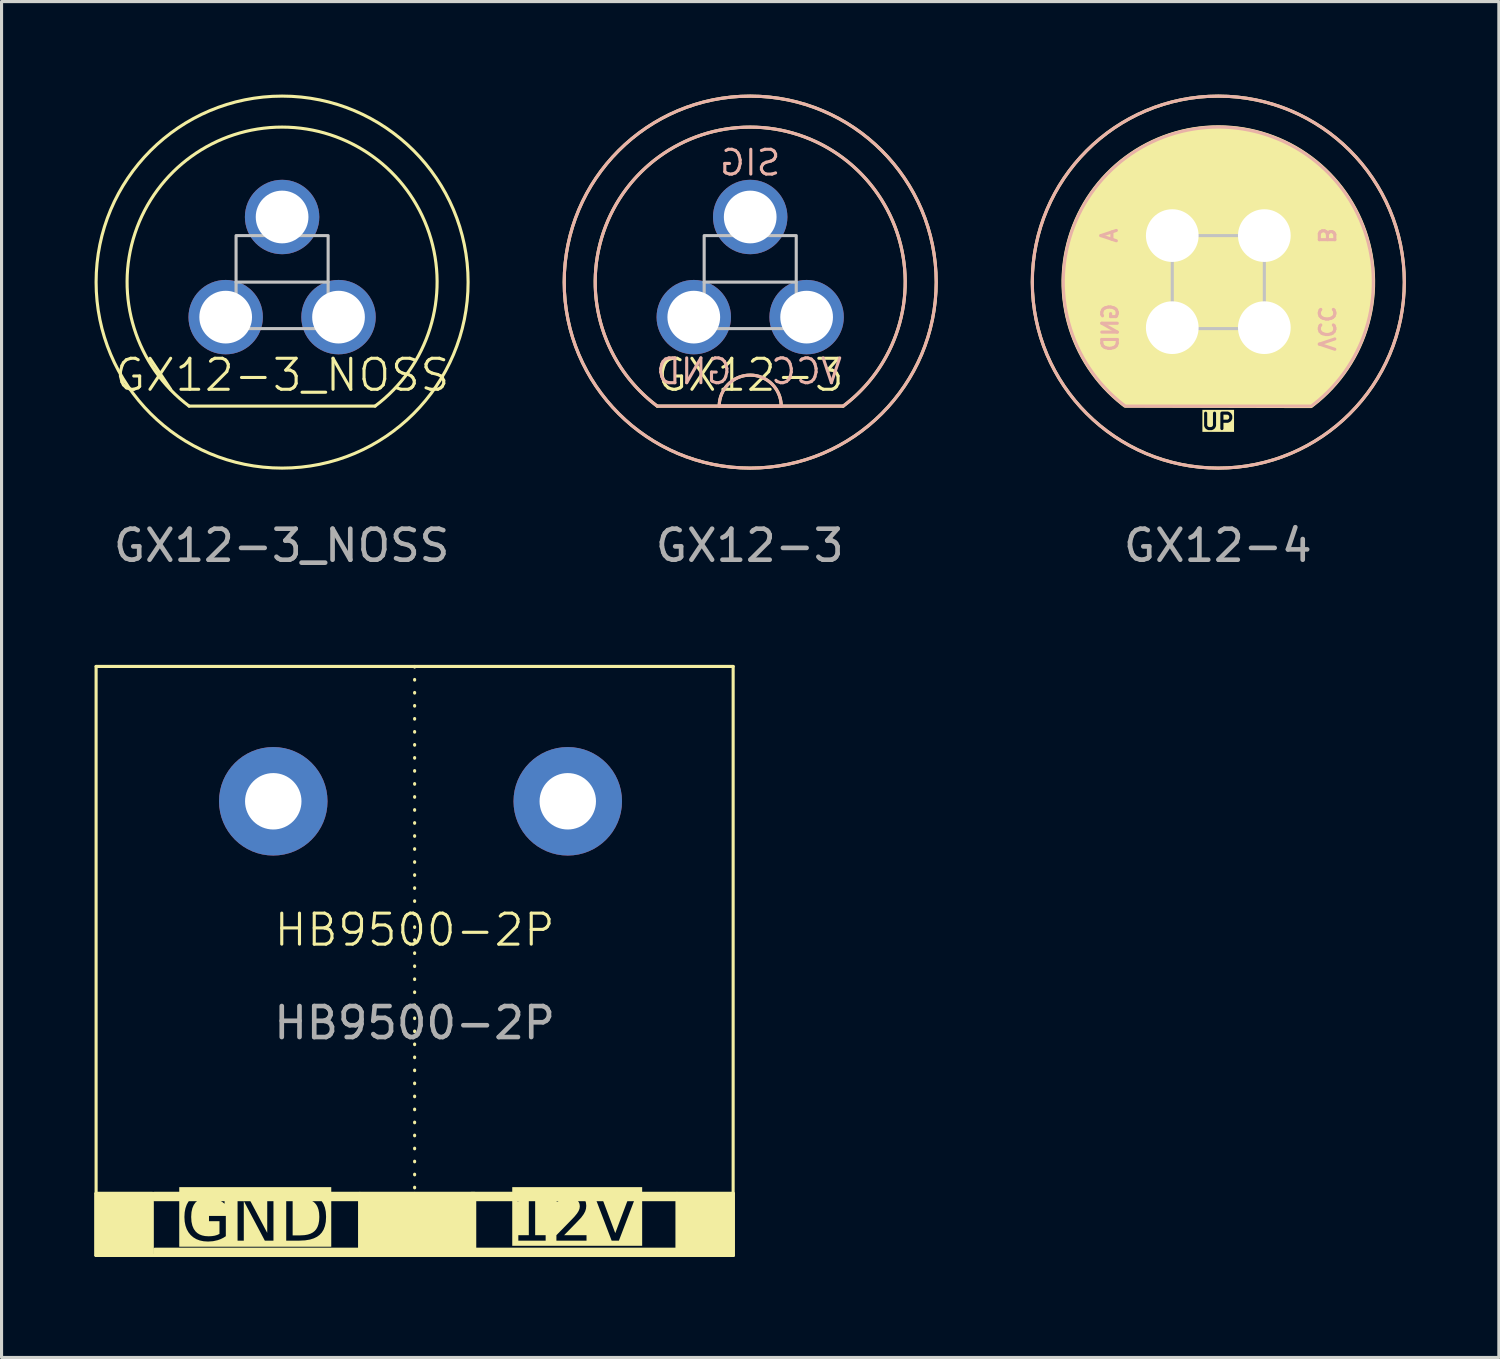
<source format=kicad_pcb>
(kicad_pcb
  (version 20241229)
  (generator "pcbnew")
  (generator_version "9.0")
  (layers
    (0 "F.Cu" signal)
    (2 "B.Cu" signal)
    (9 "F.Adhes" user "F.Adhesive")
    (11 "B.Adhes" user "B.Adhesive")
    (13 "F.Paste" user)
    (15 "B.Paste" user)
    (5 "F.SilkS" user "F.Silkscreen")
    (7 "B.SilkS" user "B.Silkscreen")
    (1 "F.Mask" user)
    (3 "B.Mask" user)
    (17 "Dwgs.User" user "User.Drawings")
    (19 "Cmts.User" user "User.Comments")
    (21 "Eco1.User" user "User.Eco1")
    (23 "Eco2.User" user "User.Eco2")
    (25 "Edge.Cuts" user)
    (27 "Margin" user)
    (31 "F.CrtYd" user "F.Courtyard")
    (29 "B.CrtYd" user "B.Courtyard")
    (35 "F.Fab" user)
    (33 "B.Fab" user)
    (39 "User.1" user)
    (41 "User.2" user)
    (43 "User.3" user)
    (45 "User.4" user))
  (footprint "GX12-4"
    (layer "F.Cu")
    (at 36.25 9.55)
    (property "Reference" "GX12-4" (at 0 -0.5 0) (unlocked yes) (layer "F.SilkS") (effects (font (size 1 1) (thickness 0.1))))
    (attr through_hole)
    (fp_line (start -1.485 -3.5) (end 1.485 -3.5) (stroke (width 0.1) (type default)) (layer "F.SilkS"))
    (fp_circle (center 0 -3.5) (end -0.015 -9.5) (stroke (width 0.1) (type default)) (fill no) (layer "F.SilkS"))
    (fp_poly (pts (arc (start -3.015 0.5) (mid 0.012022 -8.509) (end 2.995765 0.514426))) (stroke (width 0.1) (type solid)) (fill yes) (layer "F.SilkS"))
    (fp_circle (center 0 -3.5) (end 0 -9.5) (stroke (width 0.1) (type default)) (fill no) (layer "B.SilkS"))
    (fp_poly (pts (arc (start 3 0.5) (mid 0 -8.5) (end -3 0.5))) (stroke (width 0.1) (type solid)) (fill no) (layer "B.SilkS"))
    (fp_rect (start -1.485 -5) (end 1.485 -2) (stroke (width 0.1) (type default)) (fill no) (layer "Dwgs.User"))
    (fp_text user "UP" (at -0.015 1 0) (unlocked yes) (layer "F.SilkS" knockout) (effects (font (size 0.5 0.5) (thickness 0.1))))
    (fp_text user "VCC" (at 3.485 -2 270) (unlocked yes) (layer "B.SilkS") (effects (font (size 0.5 0.5) (thickness 0.1)) (justify mirror)))
    (fp_text user "B" (at 3.485 -5 270) (unlocked yes) (layer "B.SilkS") (effects (font (size 0.5 0.5) (thickness 0.1)) (justify mirror)))
    (fp_text user "A" (at -3.515 -5 90) (unlocked yes) (layer "B.SilkS") (effects (font (size 0.5 0.5) (thickness 0.1)) (justify mirror)))
    (fp_text user "GND" (at -3.485 -2.03 90) (unlocked yes) (layer "B.SilkS") (effects (font (size 0.5 0.5) (thickness 0.1)) (justify mirror)))
    (fp_text user "${REFERENCE}" (at -0.015 5 0) (unlocked yes) (layer "F.Fab") (effects (font (size 1 1) (thickness 0.15))))
    (pad "1" thru_hole circle (at -1.485 -2.03) (size 2.4 2.4) (drill 1.7) (layers "*.Cu" "*.Mask"))
    (pad "2" thru_hole circle (at -1.485 -5) (size 2.4 2.4) (drill 1.7) (layers "*.Cu" "*.Mask"))
    (pad "3" thru_hole circle (at 1.485 -5) (size 2.4 2.4) (drill 1.7) (layers "*.Cu" "*.Mask"))
    (pad "4" thru_hole circle (at 1.485 -2.03) (size 2.4 2.4) (drill 1.7) (layers "*.Cu" "*.Mask")))
  (footprint "HB9500-2P"
    (layer "F.Cu")
    (at 10.325 27.448)
    (property "Reference" "HB9500-2P" (at 0 -0.5 0) (unlocked yes) (layer "F.SilkS") (effects (font (size 1 1) (thickness 0.1))))
    (attr through_hole)
    (fp_line (start -10.275 -9) (end -10.275 10) (stroke (width 0.1) (type solid)) (layer "F.SilkS"))
    (fp_line (start -10.275 -9) (end 10.275 -9) (stroke (width 0.1) (type solid)) (layer "F.SilkS"))
    (fp_line (start -10.275 8) (end -10.275 10) (stroke (width 0.1) (type default)) (layer "F.SilkS"))
    (fp_line (start 0 -9) (end 0 9) (stroke (width 0.1) (type dot)) (layer "F.SilkS"))
    (fp_line (start 0 8) (end -10.275 8) (stroke (width 0.1) (type default)) (layer "F.SilkS"))
    (fp_line (start 0 8) (end 10.275 8) (stroke (width 0.1) (type default)) (layer "F.SilkS"))
    (fp_line (start 10.275 -9) (end 10.275 10) (stroke (width 0.1) (type solid)) (layer "F.SilkS"))
    (fp_line (start 10.275 8) (end 10.275 10) (stroke (width 0.1) (type default)) (layer "F.SilkS"))
    (fp_line (start 10.275 10) (end -10.275 10) (stroke (width 0.1) (type default)) (layer "F.SilkS"))
    (fp_rect (start -10.275 8) (end -8.463 10) (stroke (width 0.1) (type solid)) (fill yes) (layer "F.SilkS"))
    (fp_rect (start -8.4 8) (end -1.762 8.2) (stroke (width 0.1) (type solid)) (fill yes) (layer "F.SilkS"))
    (fp_rect (start -8.381 9.8) (end -1.744 10) (stroke (width 0.1) (type solid)) (fill yes) (layer "F.SilkS"))
    (fp_rect (start -1.775 8) (end 1.938 10) (stroke (width 0.1) (type solid)) (fill yes) (layer "F.SilkS"))
    (fp_rect (start 1.825 8) (end 8.463 8.2) (stroke (width 0.1) (type solid)) (fill yes) (layer "F.SilkS"))
    (fp_rect (start 1.825 9.8) (end 8.463 10) (stroke (width 0.1) (type solid)) (fill yes) (layer "F.SilkS"))
    (fp_rect (start 8.463 8) (end 10.275 10) (stroke (width 0.1) (type solid)) (fill yes) (layer "F.SilkS"))
    (fp_text user "GND" (at -5.138 8.9 0) (unlocked yes) (layer "F.SilkS" knockout) (effects (font (face "911 Porscha") (size 1.5 1.5) (thickness 0.1))))
    (fp_text user "12V" (at 5.138 8.9 0) (unlocked yes) (layer "F.SilkS" knockout) (effects (font (face "911 Porscha") (size 1.5 1.5) (thickness 0.1))))
    (fp_text user "${REFERENCE}" (at 0 2.5 0) (unlocked yes) (layer "F.Fab") (effects (font (size 1 1) (thickness 0.15))))
    (pad "1" thru_hole circle (at -4.56 -4.65) (size 3.5 3.5) (drill 1.82) (layers "*.Cu" "*.Mask"))
    (pad "2" thru_hole circle (at 4.94 -4.65) (size 3.5 3.5) (drill 1.82) (layers "*.Cu" "*.Mask")))
  (footprint "GX12-3_NOSS"
    (layer "F.Cu")
    (at 6.05 9.55)
    (property "Reference" "GX12-3_NOSS" (at 0 -0.5 0) (unlocked yes) (layer "F.SilkS") (effects (font (size 1 1) (thickness 0.1))))
    (attr through_hole)
    (fp_line (start -3 0.5) (end 3 0.5) (stroke (width 0.1) (type default)) (layer "F.SilkS"))
    (fp_arc (start -3 0.5) (mid 0 -8.5) (end 3 0.5) (stroke (width 0.1) (type default)) (layer "F.SilkS"))
    (fp_circle (center 0 -3.5) (end -0.015 -9.5) (stroke (width 0.1) (type default)) (fill no) (layer "F.SilkS"))
    (fp_line (start -1.485 -3.5) (end 1.485 -3.5) (stroke (width 0.1) (type default)) (layer "Dwgs.User"))
    (fp_rect (start -1.485 -5) (end 1.485 -2) (stroke (width 0.1) (type default)) (fill no) (layer "Dwgs.User"))
    (fp_text user "${REFERENCE}" (at -0.015 5 0) (unlocked yes) (layer "F.Fab") (effects (font (size 1 1) (thickness 0.15))))
    (pad "1" thru_hole circle (at -1.82 -2.37) (size 2.4 2.4) (drill 1.7) (layers "*.Cu" "*.Mask"))
    (pad "2" thru_hole circle (at 0 -5.6) (size 2.4 2.4) (drill 1.7) (layers "*.Cu" "*.Mask"))
    (pad "3" thru_hole circle (at 1.82 -2.37) (size 2.4 2.4) (drill 1.7) (layers "*.Cu" "*.Mask")))
  (footprint "GX12-3"
    (layer "F.Cu")
    (at 21.15 9.55)
    (property "Reference" "GX12-3" (at 0 -0.5 0) (unlocked yes) (layer "F.SilkS") (effects (font (size 1 1) (thickness 0.1))))
    (attr through_hole)
    (fp_line (start -3 0.5) (end 3 0.5) (stroke (width 0.1) (type default)) (layer "F.SilkS"))
    (fp_arc (start -3 0.5) (mid 0 -8.5) (end 3 0.5) (stroke (width 0.1) (type default)) (layer "F.SilkS"))
    (fp_arc (start -1 0.5) (mid 0 -0.5) (end 1 0.5) (stroke (width 0.1) (type default)) (layer "F.SilkS"))
    (fp_circle (center 0 -3.5) (end -0.015 -9.5) (stroke (width 0.1) (type default)) (fill no) (layer "F.SilkS"))
    (fp_circle (center 0 -3.5) (end 0 -9.5) (stroke (width 0.1) (type default)) (fill no) (layer "B.SilkS"))
    (fp_poly (pts (arc (start 1 0.5) (mid 0 -0.5) (end -1 0.5))) (stroke (width 0.1) (type solid)) (fill no) (layer "B.SilkS"))
    (fp_poly (pts (arc (start 3 0.5) (mid 0 -8.5) (end -3 0.5))) (stroke (width 0.1) (type solid)) (fill no) (layer "B.SilkS"))
    (fp_line (start -1.485 -3.5) (end 1.485 -3.5) (stroke (width 0.1) (type default)) (layer "Dwgs.User"))
    (fp_rect (start -1.485 -5) (end 1.485 -2) (stroke (width 0.1) (type default)) (fill no) (layer "Dwgs.User"))
    (fp_text user "VCC" (at 1.82 -0.62 0) (unlocked yes) (layer "B.SilkS") (effects (font (size 0.8 0.8) (thickness 0.1)) (justify mirror)))
    (fp_text user "GND" (at -1.82 -0.62 0) (unlocked yes) (layer "B.SilkS") (effects (font (size 0.8 0.8) (thickness 0.1)) (justify mirror)))
    (fp_text user "SIG" (at 0 -7.35 0) (unlocked yes) (layer "B.SilkS") (effects (font (size 0.8 0.8) (thickness 0.1)) (justify mirror)))
    (fp_text user "${REFERENCE}" (at -0.015 5 0) (unlocked yes) (layer "F.Fab") (effects (font (size 1 1) (thickness 0.15))))
    (pad "1" thru_hole circle (at -1.82 -2.37) (size 2.4 2.4) (drill 1.7) (layers "*.Cu" "*.Mask"))
    (pad "2" thru_hole circle (at 0 -5.6) (size 2.4 2.4) (drill 1.7) (layers "*.Cu" "*.Mask"))
    (pad "3" thru_hole circle (at 1.82 -2.37) (size 2.4 2.4) (drill 1.7) (layers "*.Cu" "*.Mask")))
  (gr_rect
    (start -3 -3)
    (end 45.3 40.74)
    (stroke (width 0.1) (type default))
    (fill no)
    (layer "Edge.Cuts")))
</source>
